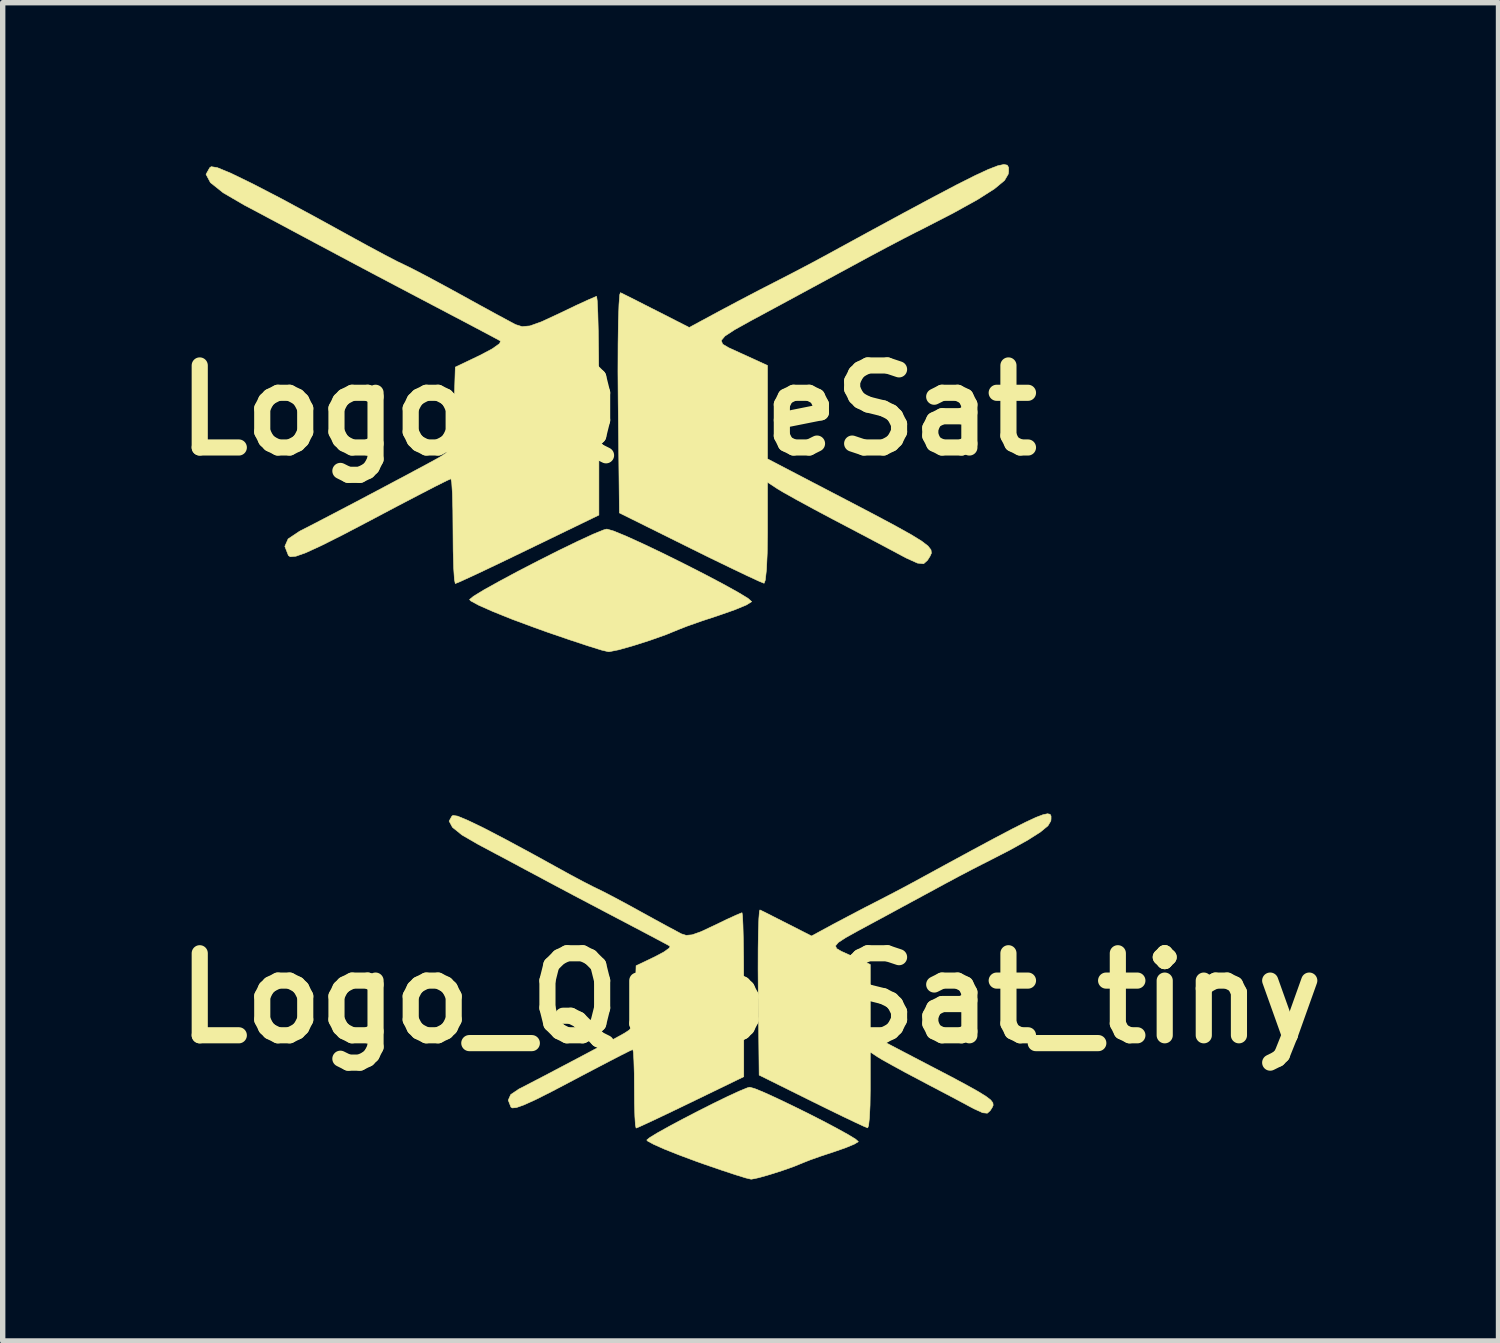
<source format=kicad_pcb>
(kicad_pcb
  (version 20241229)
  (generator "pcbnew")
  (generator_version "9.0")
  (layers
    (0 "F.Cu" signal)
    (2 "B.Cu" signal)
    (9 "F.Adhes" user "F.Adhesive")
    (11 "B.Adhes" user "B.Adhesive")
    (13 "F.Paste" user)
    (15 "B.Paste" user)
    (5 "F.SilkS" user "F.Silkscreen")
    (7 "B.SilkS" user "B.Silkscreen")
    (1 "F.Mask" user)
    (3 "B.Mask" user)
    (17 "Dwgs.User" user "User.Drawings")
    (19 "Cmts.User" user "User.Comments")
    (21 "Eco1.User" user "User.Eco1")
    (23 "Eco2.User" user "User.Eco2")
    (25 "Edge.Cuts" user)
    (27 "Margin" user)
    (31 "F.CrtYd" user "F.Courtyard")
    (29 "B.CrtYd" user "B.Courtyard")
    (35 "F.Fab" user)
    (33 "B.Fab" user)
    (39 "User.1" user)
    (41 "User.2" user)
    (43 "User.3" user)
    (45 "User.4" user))
  (footprint "Logo_QubeSat_tiny"
    (layer "F.Cu")
    (at 10.893 15.492)
    (property "Reference" "Logo_QubeSat_tiny" (at 0 0 0) (layer "F.SilkS") (effects (font (size 1.524 1.524) (thickness 0.3))))
    (attr through_hole)
    (fp_poly (pts (xy 0.075 1.679) (xy 0.248 1.75) (xy 0.483 1.857) (xy 0.757 1.988) (xy 1.048 2.131) (xy 1.335 2.277) (xy 1.596 2.415) (xy 1.808 2.532) (xy 1.951 2.619) (xy 2.001 2.664) (xy 2.001 2.666) (xy 1.927 2.711) (xy 1.766 2.778) (xy 1.551 2.853) (xy 1.539 2.857) (xy 1.305 2.934) (xy 1.105 3.005) (xy 0.984 3.053) (xy 0.808 3.125) (xy 0.585 3.204) (xy 0.352 3.278) (xy 0.151 3.335) (xy 0.02 3.362) (xy 0.006 3.362) (xy -0.087 3.34) (xy -0.275 3.282) (xy -0.536 3.196) (xy -0.847 3.089) (xy -1.016 3.029) (xy -1.332 2.911) (xy -1.601 2.804) (xy -1.801 2.715) (xy -1.913 2.654) (xy -1.929 2.635) (xy -1.873 2.589) (xy -1.725 2.499) (xy -1.509 2.379) (xy -1.247 2.239) (xy -0.963 2.092) (xy -0.679 1.949) (xy -0.418 1.822) (xy -0.204 1.724) (xy -0.06 1.665) (xy -0.016 1.654) (xy 0.075 1.679)) (stroke (width 0.01) (type solid)) (fill yes) (layer "F.SilkS"))
    (fp_poly (pts (xy 5.563 -3.416) (xy 5.581 -3.383) (xy 5.581 -3.329) (xy 5.577 -3.292) (xy 5.524 -3.203) (xy 5.384 -3.087) (xy 5.15 -2.938) (xy 4.814 -2.751) (xy 4.368 -2.522) (xy 4.286 -2.481) (xy 4.115 -2.393) (xy 3.874 -2.267) (xy 3.605 -2.123) (xy 3.493 -2.062) (xy 3.194 -1.9) (xy 2.839 -1.708) (xy 2.485 -1.516) (xy 2.318 -1.426) (xy 1.99 -1.249) (xy 1.764 -1.123) (xy 1.629 -1.035) (xy 1.577 -0.972) (xy 1.598 -0.922) (xy 1.684 -0.871) (xy 1.824 -0.808) (xy 1.859 -0.792) (xy 2.223 -0.626) (xy 2.223 0.676) (xy 2.842 0.999) (xy 3.328 1.253) (xy 3.714 1.454) (xy 4.009 1.612) (xy 4.224 1.732) (xy 4.37 1.822) (xy 4.459 1.89) (xy 4.5 1.943) (xy 4.506 1.989) (xy 4.486 2.034) (xy 4.452 2.087) (xy 4.448 2.092) (xy 4.397 2.137) (xy 4.311 2.128) (xy 4.159 2.059) (xy 4.084 2.02) (xy 3.898 1.92) (xy 3.638 1.782) (xy 3.344 1.628) (xy 3.144 1.522) (xy 2.873 1.379) (xy 2.632 1.247) (xy 2.449 1.145) (xy 2.366 1.095) (xy 2.223 1.001) (xy 2.223 1.707) (xy 2.219 1.989) (xy 2.208 2.217) (xy 2.192 2.365) (xy 2.175 2.409) (xy 2.105 2.381) (xy 1.941 2.305) (xy 1.702 2.191) (xy 1.409 2.048) (xy 1.143 1.917) (xy 0.159 1.429) (xy 0.142 -0.117) (xy 0.139 -0.543) (xy 0.14 -0.923) (xy 0.145 -1.238) (xy 0.153 -1.474) (xy 0.164 -1.611) (xy 0.173 -1.64) (xy 0.25 -1.603) (xy 0.408 -1.523) (xy 0.619 -1.416) (xy 0.677 -1.387) (xy 1.132 -1.155) (xy 1.534 -1.373) (xy 1.812 -1.52) (xy 2.115 -1.679) (xy 2.318 -1.783) (xy 2.58 -1.918) (xy 2.854 -2.062) (xy 3.016 -2.149) (xy 3.621 -2.479) (xy 4.124 -2.752) (xy 4.534 -2.972) (xy 4.861 -3.144) (xy 5.113 -3.271) (xy 5.3 -3.358) (xy 5.431 -3.408) (xy 5.516 -3.426) (xy 5.563 -3.416)) (stroke (width 0.01) (type solid)) (fill yes) (layer "F.SilkS"))
    (fp_poly (pts (xy -5.443 -3.382) (xy -5.251 -3.302) (xy -4.954 -3.159) (xy -4.555 -2.951) (xy -4.054 -2.681) (xy -3.615 -2.439) (xy -3.35 -2.293) (xy -3.112 -2.166) (xy -2.931 -2.073) (xy -2.853 -2.035) (xy -2.736 -1.978) (xy -2.538 -1.875) (xy -2.288 -1.741) (xy -2.064 -1.618) (xy -1.795 -1.47) (xy -1.555 -1.339) (xy -1.372 -1.241) (xy -1.286 -1.195) (xy -1.197 -1.167) (xy -1.087 -1.177) (xy -0.928 -1.233) (xy -0.69 -1.344) (xy -0.667 -1.355) (xy -0.445 -1.462) (xy -0.27 -1.542) (xy -0.17 -1.584) (xy -0.159 -1.587) (xy -0.15 -1.527) (xy -0.142 -1.357) (xy -0.135 -1.094) (xy -0.13 -0.757) (xy -0.128 -0.362) (xy -0.127 -0.064) (xy -0.127 1.459) (xy -1.111 1.936) (xy -1.435 2.092) (xy -1.718 2.227) (xy -1.94 2.331) (xy -2.083 2.396) (xy -2.127 2.413) (xy -2.14 2.354) (xy -2.15 2.192) (xy -2.157 1.954) (xy -2.159 1.683) (xy -2.161 1.395) (xy -2.168 1.161) (xy -2.177 1.005) (xy -2.188 0.953) (xy -2.251 0.981) (xy -2.408 1.06) (xy -2.642 1.181) (xy -2.935 1.334) (xy -3.269 1.51) (xy -3.308 1.531) (xy -3.701 1.737) (xy -3.997 1.886) (xy -4.209 1.982) (xy -4.347 2.031) (xy -4.426 2.039) (xy -4.452 2.023) (xy -4.502 1.895) (xy -4.456 1.791) (xy -4.301 1.686) (xy -4.27 1.671) (xy -4.077 1.571) (xy -3.817 1.436) (xy -3.518 1.278) (xy -3.204 1.113) (xy -2.903 0.953) (xy -2.639 0.812) (xy -2.439 0.704) (xy -2.336 0.646) (xy -2.254 0.592) (xy -2.202 0.525) (xy -2.172 0.416) (xy -2.156 0.237) (xy -2.145 -0.028) (xy -2.127 -0.603) (xy -1.783 -0.767) (xy -1.612 -0.858) (xy -1.51 -0.931) (xy -1.497 -0.966) (xy -1.575 -1.009) (xy -1.739 -1.096) (xy -1.963 -1.215) (xy -2.159 -1.318) (xy -2.749 -1.628) (xy -3.279 -1.907) (xy -3.732 -2.148) (xy -4.093 -2.341) (xy -4.191 -2.393) (xy -4.414 -2.513) (xy -4.698 -2.664) (xy -4.989 -2.819) (xy -5.064 -2.859) (xy -5.361 -3.031) (xy -5.538 -3.174) (xy -5.6 -3.289) (xy -5.549 -3.381) (xy -5.528 -3.395) (xy -5.443 -3.382)) (stroke (width 0.01) (type solid)) (fill yes) (layer "F.SilkS")))
  (footprint "Logo_QubeSat"
    (layer "F.Cu")
    (at 8.244 4.573)
    (property "Reference" "Logo_QubeSat" (at 0 0 0) (layer "F.SilkS") (effects (font (size 1.524 1.524) (thickness 0.3))))
    (attr through_hole)
    (fp_poly (pts (xy 0.099 2.239) (xy 0.331 2.334) (xy 0.644 2.476) (xy 1.009 2.65) (xy 1.397 2.842) (xy 1.78 3.037) (xy 2.127 3.22) (xy 2.411 3.377) (xy 2.601 3.492) (xy 2.669 3.553) (xy 2.668 3.554) (xy 2.57 3.615) (xy 2.355 3.704) (xy 2.069 3.804) (xy 2.052 3.81) (xy 1.74 3.913) (xy 1.473 4.007) (xy 1.312 4.07) (xy 1.078 4.166) (xy 0.779 4.272) (xy 0.469 4.371) (xy 0.201 4.447) (xy 0.027 4.482) (xy 0.008 4.483) (xy -0.116 4.454) (xy -0.367 4.376) (xy -0.715 4.261) (xy -1.129 4.119) (xy -1.354 4.038) (xy -1.776 3.882) (xy -2.134 3.738) (xy -2.401 3.62) (xy -2.55 3.539) (xy -2.572 3.514) (xy -2.497 3.452) (xy -2.3 3.332) (xy -2.012 3.172) (xy -1.663 2.985) (xy -1.284 2.789) (xy -0.905 2.598) (xy -0.558 2.43) (xy -0.272 2.298) (xy -0.08 2.22) (xy -0.021 2.205) (xy 0.099 2.239)) (stroke (width 0.01) (type solid)) (fill yes) (layer "F.SilkS"))
    (fp_poly (pts (xy 7.417 -4.555) (xy 7.442 -4.51) (xy 7.442 -4.439) (xy 7.435 -4.389) (xy 7.366 -4.271) (xy 7.179 -4.116) (xy 6.867 -3.917) (xy 6.418 -3.668) (xy 5.824 -3.362) (xy 5.715 -3.308) (xy 5.487 -3.191) (xy 5.165 -3.022) (xy 4.806 -2.83) (xy 4.657 -2.749) (xy 4.258 -2.533) (xy 3.785 -2.277) (xy 3.314 -2.022) (xy 3.09 -1.901) (xy 2.654 -1.666) (xy 2.352 -1.498) (xy 2.172 -1.38) (xy 2.103 -1.297) (xy 2.131 -1.229) (xy 2.245 -1.162) (xy 2.432 -1.077) (xy 2.478 -1.056) (xy 2.963 -0.834) (xy 2.963 0.901) (xy 3.789 1.332) (xy 4.438 1.67) (xy 4.952 1.939) (xy 5.345 2.149) (xy 5.632 2.309) (xy 5.827 2.429) (xy 5.945 2.52) (xy 6 2.591) (xy 6.008 2.652) (xy 5.981 2.712) (xy 5.936 2.783) (xy 5.931 2.789) (xy 5.863 2.849) (xy 5.748 2.837) (xy 5.545 2.745) (xy 5.446 2.693) (xy 5.197 2.56) (xy 4.85 2.376) (xy 4.459 2.17) (xy 4.192 2.03) (xy 3.831 1.838) (xy 3.509 1.663) (xy 3.266 1.527) (xy 3.155 1.461) (xy 2.963 1.335) (xy 2.963 2.276) (xy 2.958 2.652) (xy 2.944 2.955) (xy 2.922 3.153) (xy 2.9 3.212) (xy 2.807 3.174) (xy 2.588 3.073) (xy 2.27 2.921) (xy 1.878 2.731) (xy 1.524 2.556) (xy 0.212 1.905) (xy 0.189 -0.156) (xy 0.185 -0.724) (xy 0.187 -1.23) (xy 0.193 -1.651) (xy 0.204 -1.965) (xy 0.218 -2.148) (xy 0.231 -2.187) (xy 0.333 -2.137) (xy 0.544 -2.031) (xy 0.825 -1.888) (xy 0.903 -1.849) (xy 1.509 -1.54) (xy 2.046 -1.83) (xy 2.416 -2.027) (xy 2.819 -2.238) (xy 3.09 -2.377) (xy 3.44 -2.557) (xy 3.805 -2.749) (xy 4.022 -2.866) (xy 4.828 -3.306) (xy 5.499 -3.67) (xy 6.046 -3.963) (xy 6.481 -4.192) (xy 6.817 -4.361) (xy 7.067 -4.477) (xy 7.241 -4.544) (xy 7.354 -4.568) (xy 7.417 -4.555)) (stroke (width 0.01) (type solid)) (fill yes) (layer "F.SilkS"))
    (fp_poly (pts (xy -7.257 -4.509) (xy -7.001 -4.403) (xy -6.606 -4.211) (xy -6.073 -3.935) (xy -5.405 -3.574) (xy -4.82 -3.252) (xy -4.466 -3.058) (xy -4.149 -2.888) (xy -3.909 -2.763) (xy -3.804 -2.713) (xy -3.648 -2.637) (xy -3.384 -2.5) (xy -3.051 -2.321) (xy -2.752 -2.158) (xy -2.393 -1.96) (xy -2.073 -1.785) (xy -1.83 -1.654) (xy -1.715 -1.593) (xy -1.596 -1.556) (xy -1.45 -1.569) (xy -1.238 -1.645) (xy -0.92 -1.792) (xy -0.889 -1.807) (xy -0.593 -1.949) (xy -0.36 -2.056) (xy -0.227 -2.113) (xy -0.211 -2.117) (xy -0.2 -2.036) (xy -0.189 -1.809) (xy -0.18 -1.459) (xy -0.174 -1.009) (xy -0.17 -0.482) (xy -0.169 -0.086) (xy -0.169 1.945) (xy -1.482 2.581) (xy -1.913 2.789) (xy -2.29 2.969) (xy -2.587 3.108) (xy -2.777 3.194) (xy -2.837 3.217) (xy -2.853 3.138) (xy -2.867 2.923) (xy -2.876 2.606) (xy -2.879 2.244) (xy -2.882 1.86) (xy -2.89 1.548) (xy -2.903 1.34) (xy -2.918 1.27) (xy -3.001 1.308) (xy -3.211 1.413) (xy -3.522 1.574) (xy -3.913 1.778) (xy -4.359 2.014) (xy -4.41 2.041) (xy -4.935 2.316) (xy -5.33 2.514) (xy -5.611 2.643) (xy -5.796 2.709) (xy -5.901 2.719) (xy -5.936 2.697) (xy -6.003 2.526) (xy -5.942 2.388) (xy -5.735 2.249) (xy -5.694 2.227) (xy -5.436 2.095) (xy -5.089 1.914) (xy -4.69 1.705) (xy -4.272 1.484) (xy -3.871 1.271) (xy -3.519 1.083) (xy -3.252 0.939) (xy -3.114 0.862) (xy -3.005 0.789) (xy -2.936 0.7) (xy -2.896 0.555) (xy -2.874 0.317) (xy -2.86 -0.038) (xy -2.836 -0.804) (xy -2.377 -1.023) (xy -2.149 -1.144) (xy -2.013 -1.241) (xy -1.996 -1.288) (xy -2.1 -1.345) (xy -2.318 -1.461) (xy -2.618 -1.62) (xy -2.879 -1.757) (xy -3.666 -2.171) (xy -4.372 -2.543) (xy -4.976 -2.864) (xy -5.458 -3.121) (xy -5.588 -3.191) (xy -5.886 -3.35) (xy -6.264 -3.552) (xy -6.653 -3.759) (xy -6.752 -3.811) (xy -7.148 -4.042) (xy -7.385 -4.231) (xy -7.467 -4.385) (xy -7.398 -4.508) (xy -7.37 -4.527) (xy -7.257 -4.509)) (stroke (width 0.01) (type solid)) (fill yes) (layer "F.SilkS")))
  (gr_rect
    (start -3 -3)
    (end 24.786 21.859)
    (stroke (width 0.1) (type default))
    (fill no)
    (layer "Edge.Cuts")))
</source>
